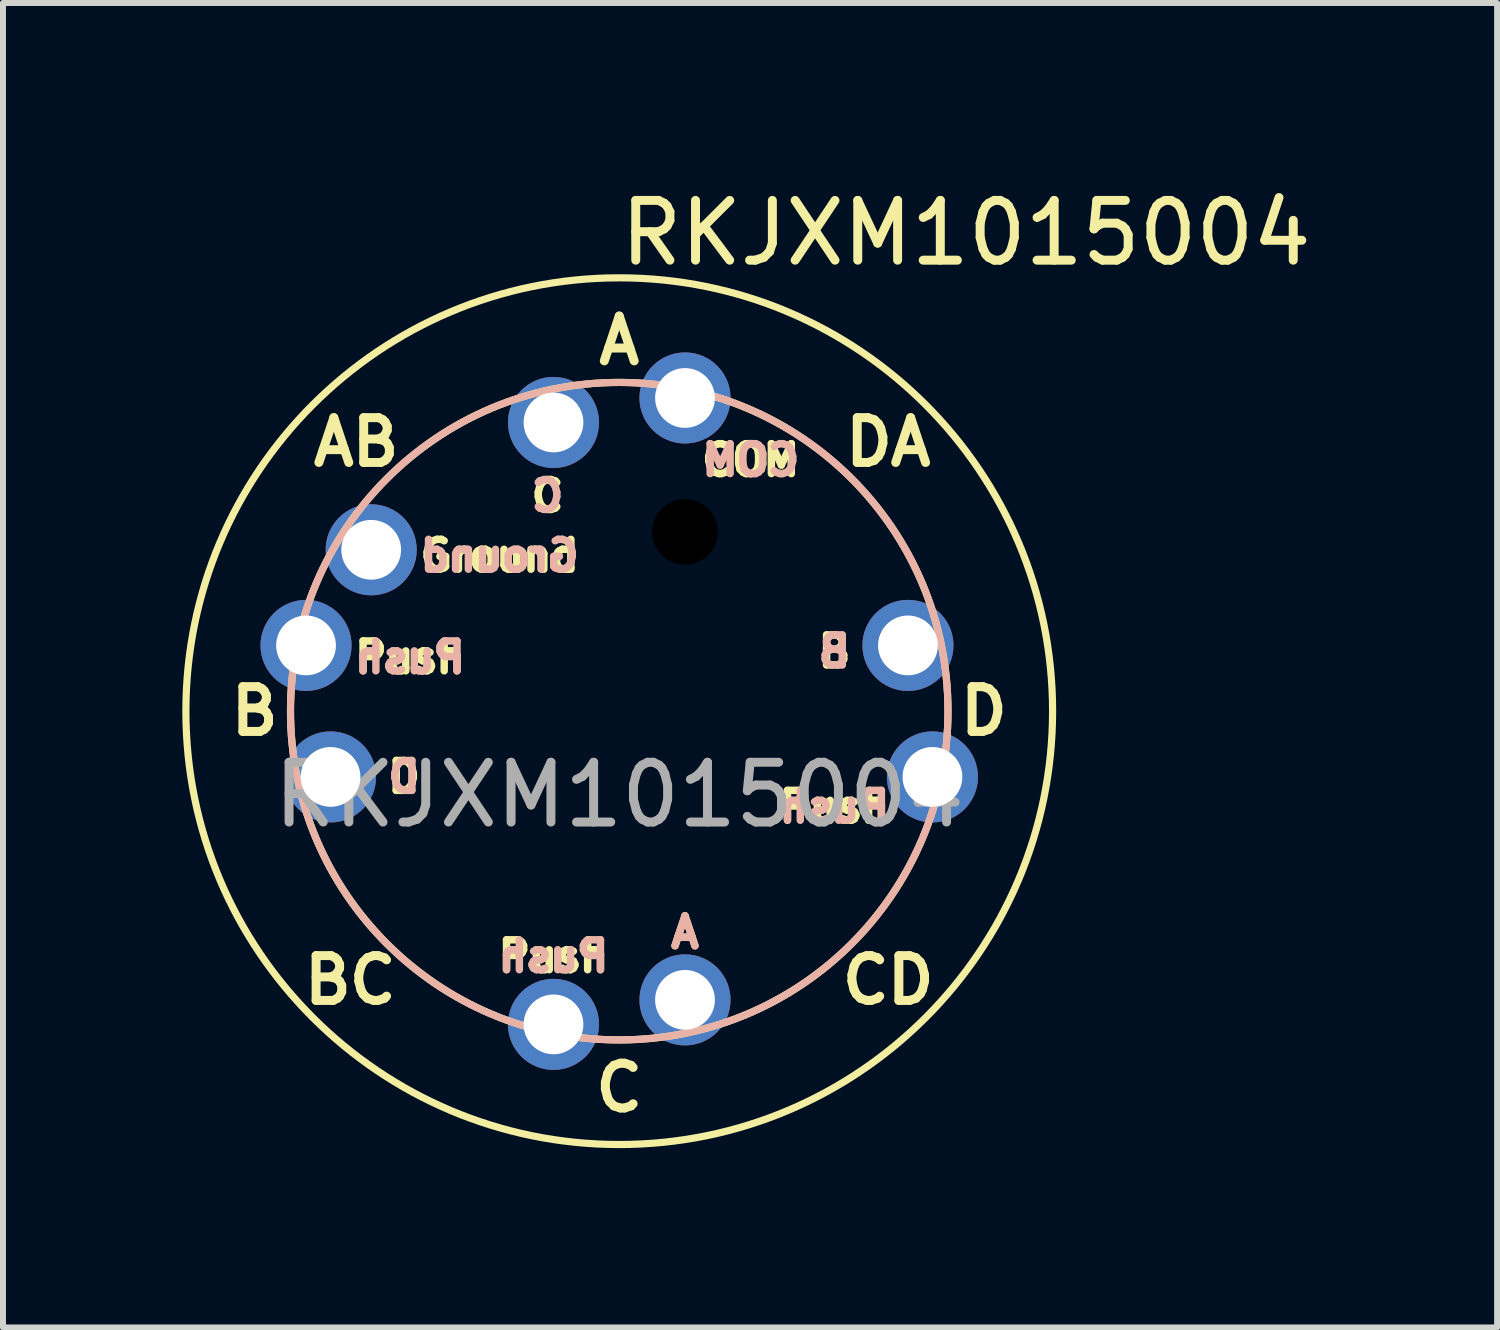
<source format=kicad_pcb>
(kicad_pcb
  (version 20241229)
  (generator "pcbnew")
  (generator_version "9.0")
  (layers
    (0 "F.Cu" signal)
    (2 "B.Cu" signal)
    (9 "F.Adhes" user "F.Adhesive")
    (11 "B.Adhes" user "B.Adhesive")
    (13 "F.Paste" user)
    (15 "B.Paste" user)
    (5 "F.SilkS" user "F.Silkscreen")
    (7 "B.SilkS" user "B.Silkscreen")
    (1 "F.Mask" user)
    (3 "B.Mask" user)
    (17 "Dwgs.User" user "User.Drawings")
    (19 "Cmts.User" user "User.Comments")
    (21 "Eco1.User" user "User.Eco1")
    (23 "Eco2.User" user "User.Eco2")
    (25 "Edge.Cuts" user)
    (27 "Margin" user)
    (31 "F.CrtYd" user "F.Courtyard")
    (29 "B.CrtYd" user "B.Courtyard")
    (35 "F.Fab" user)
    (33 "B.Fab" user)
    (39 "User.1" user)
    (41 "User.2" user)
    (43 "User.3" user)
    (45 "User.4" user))
  (footprint "RKJXM1015004"
    (layer "F.Cu")
    (at 7.31 8.848)
    (property "Reference" "RKJXM1015004" (at 5.8 -8 0) (unlocked yes) (layer "F.SilkS") (effects (font (size 1 1) (thickness 0.15))))
    (attr through_hole)
    (fp_circle (center 0 0) (end 5.5 0) (stroke (width 0.12) (type solid)) (fill no) (layer "F.SilkS"))
    (fp_circle (center 0 0) (end 7.25 0) (stroke (width 0.12) (type solid)) (fill no) (layer "F.SilkS"))
    (fp_circle (center 0 0) (end 5.5 0) (stroke (width 0.12) (type solid)) (fill no) (layer "B.SilkS"))
    (fp_text user "D" (at 6.1 0 0) (unlocked yes) (layer "F.SilkS") (effects (font (size 0.75 0.75) (thickness 0.15))))
    (fp_text user "Push" (at 3.6 1.6 0) (unlocked yes) (layer "F.SilkS") (effects (font (size 0.5 0.5) (thickness 0.125))))
    (fp_text user "A" (at 0 -6.2 0) (unlocked yes) (layer "F.SilkS") (effects (font (size 0.75 0.75) (thickness 0.15))))
    (fp_text user "Push" (at -3.5 -0.9 0) (unlocked yes) (layer "F.SilkS") (effects (font (size 0.5 0.5) (thickness 0.125))))
    (fp_text user "AB" (at -4.4 -4.5 0) (unlocked yes) (layer "F.SilkS") (effects (font (size 0.75 0.75) (thickness 0.15))))
    (fp_text user "A" (at 1.1 3.7 0) (unlocked yes) (layer "F.SilkS") (effects (font (size 0.5 0.5) (thickness 0.125))))
    (fp_text user "B" (at -6.1 0 0) (unlocked yes) (layer "F.SilkS") (effects (font (size 0.75 0.75) (thickness 0.15))))
    (fp_text user "COM" (at 2.2 -4.2 0) (unlocked yes) (layer "F.SilkS") (effects (font (size 0.5 0.5) (thickness 0.125))))
    (fp_text user "B" (at 3.6 -1 0) (unlocked yes) (layer "F.SilkS") (effects (font (size 0.5 0.5) (thickness 0.125))))
    (fp_text user "Push" (at -1.1 4.1 0) (unlocked yes) (layer "F.SilkS") (effects (font (size 0.5 0.5) (thickness 0.125))))
    (fp_text user "CD" (at 4.5 4.5 0) (unlocked yes) (layer "F.SilkS") (effects (font (size 0.75 0.75) (thickness 0.15))))
    (fp_text user "Ground" (at -2 -2.6 0) (unlocked yes) (layer "F.SilkS") (effects (font (size 0.5 0.5) (thickness 0.125))))
    (fp_text user "DA" (at 4.5 -4.5 0) (unlocked yes) (layer "F.SilkS") (effects (font (size 0.75 0.75) (thickness 0.15))))
    (fp_text user "C" (at 0 6.3 0) (unlocked yes) (layer "F.SilkS") (effects (font (size 0.75 0.75) (thickness 0.15))))
    (fp_text user "C" (at -1.2 -3.6 0) (unlocked yes) (layer "F.SilkS") (effects (font (size 0.5 0.5) (thickness 0.125))))
    (fp_text user "D" (at -3.6 1.1 0) (unlocked yes) (layer "F.SilkS") (effects (font (size 0.5 0.5) (thickness 0.125))))
    (fp_text user "BC" (at -4.5 4.5 0) (unlocked yes) (layer "F.SilkS") (effects (font (size 0.75 0.75) (thickness 0.15))))
    (fp_text user "Push" (at -3.5 -0.9 0) (unlocked yes) (layer "B.SilkS") (effects (font (size 0.5 0.5) (thickness 0.125)) (justify mirror)))
    (fp_text user "A" (at 1.1 3.7 0) (unlocked yes) (layer "B.SilkS") (effects (font (size 0.5 0.5) (thickness 0.125)) (justify mirror)))
    (fp_text user "Push" (at 3.6 1.6 0) (unlocked yes) (layer "B.SilkS") (effects (font (size 0.5 0.5) (thickness 0.125)) (justify mirror)))
    (fp_text user "COM" (at 2.2 -4.2 0) (unlocked yes) (layer "B.SilkS") (effects (font (size 0.5 0.5) (thickness 0.125)) (justify mirror)))
    (fp_text user "B" (at 3.6 -1 0) (unlocked yes) (layer "B.SilkS") (effects (font (size 0.5 0.5) (thickness 0.125)) (justify mirror)))
    (fp_text user "Push" (at -1.1 4.1 0) (unlocked yes) (layer "B.SilkS") (effects (font (size 0.5 0.5) (thickness 0.125)) (justify mirror)))
    (fp_text user "C" (at -1.2 -3.6 0) (unlocked yes) (layer "B.SilkS") (effects (font (size 0.5 0.5) (thickness 0.125)) (justify mirror)))
    (fp_text user "D" (at -3.6 1.1 0) (unlocked yes) (layer "B.SilkS") (effects (font (size 0.5 0.5) (thickness 0.125)) (justify mirror)))
    (fp_text user "Ground" (at -2 -2.6 0) (unlocked yes) (layer "B.SilkS") (effects (font (size 0.5 0.5) (thickness 0.125)) (justify mirror)))
    (fp_text user "${REFERENCE}" (at 0 1.4 0) (unlocked yes) (layer "F.Fab") (effects (font (size 1 1) (thickness 0.15))))
    (pad "" np_thru_hole circle (at 1.1 -3) (size 1.1 1.1) (drill 1.1) (layers "*.Mask"))
    (pad "1" thru_hole circle (at 1.1 -5.24) (size 1.524 1.524) (drill 1) (layers "*.Cu" "*.Mask"))
    (pad "2" thru_hole circle (at 4.83 -1.1) (size 1.524 1.524) (drill 1) (layers "*.Cu" "*.Mask"))
    (pad "3" thru_hole circle (at -5.24 -1.1) (size 1.524 1.524) (drill 1) (layers "*.Cu" "*.Mask"))
    (pad "3" thru_hole circle (at -1.1 5.24) (size 1.524 1.524) (drill 1) (layers "*.Cu" "*.Mask"))
    (pad "3" thru_hole circle (at 5.24 1.1) (size 1.524 1.524) (drill 1) (layers "*.Cu" "*.Mask"))
    (pad "4" thru_hole circle (at 1.1 4.83) (size 1.524 1.524) (drill 1) (layers "*.Cu" "*.Mask"))
    (pad "5" thru_hole circle (at -4.83 1.1) (size 1.524 1.524) (drill 1) (layers "*.Cu" "*.Mask"))
    (pad "6" thru_hole circle (at -4.15 -2.7) (size 1.524 1.524) (drill 1) (layers "*.Cu" "*.Mask"))
    (pad "7" thru_hole circle (at -1.1 -4.83) (size 1.524 1.524) (drill 1) (layers "*.Cu" "*.Mask")))
  (gr_rect
    (start -3 -3)
    (end 21.997 19.158)
    (stroke (width 0.1) (type default))
    (fill no)
    (layer "Edge.Cuts")))
</source>
